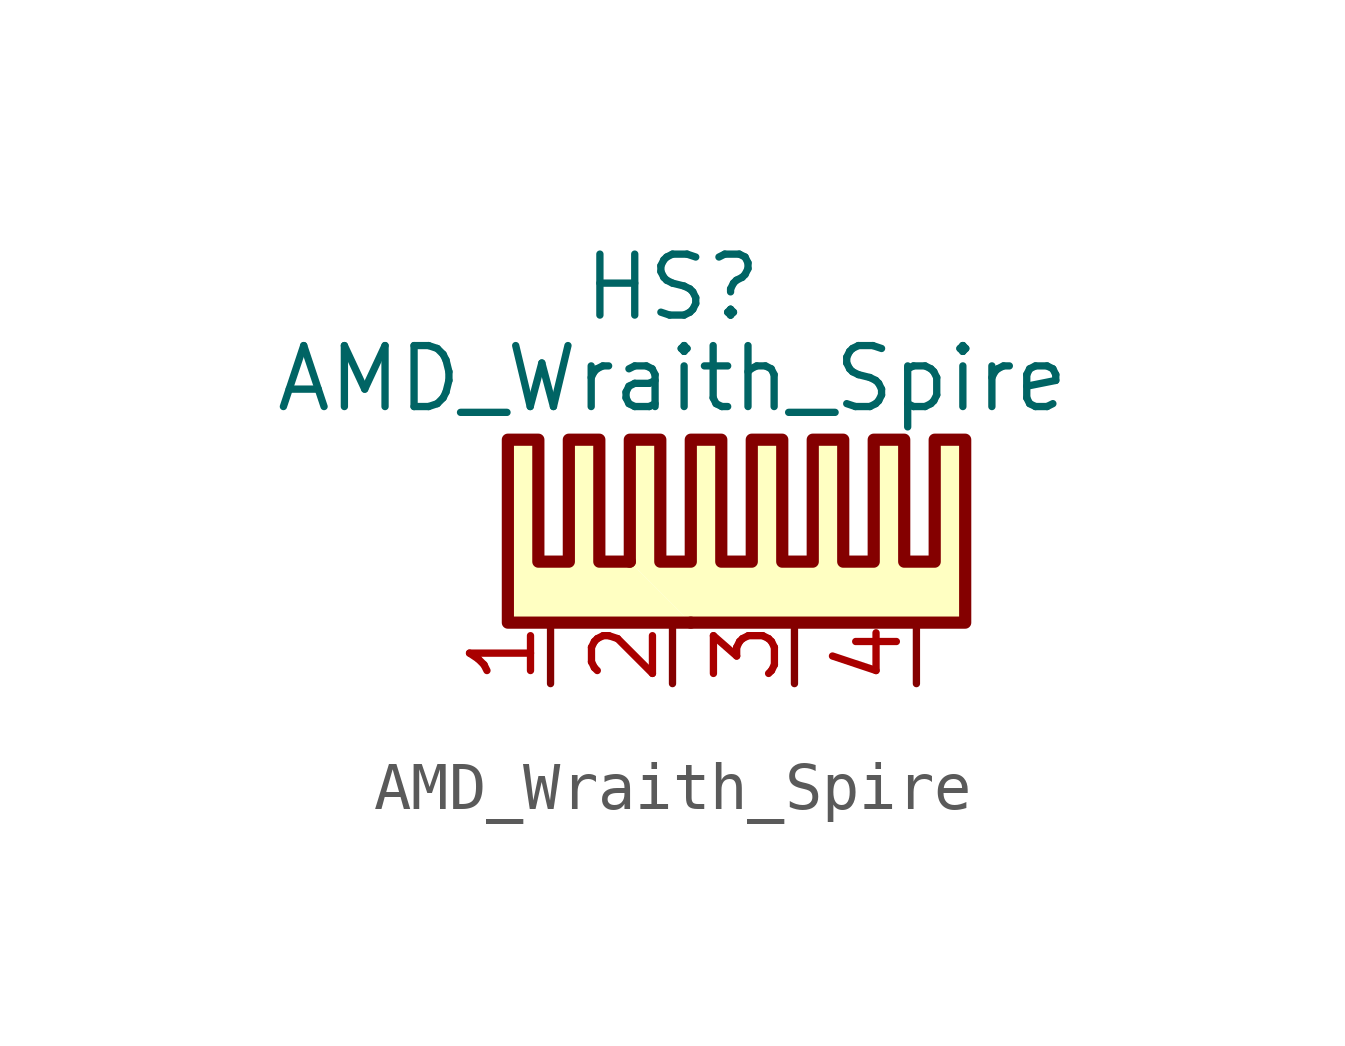
<source format=kicad_sym>
(kicad_symbol_lib
  (version 20211014)
  (generator kicad_symbol_editor)
  (symbol "AMD_Wraith_Spire"
    (pin_names
      (offset 0))
    (property "Reference" "HS"
      (at 0 5.715 0)
      (effects (font (size 1.27 1.27))))
    (property "Value" "AMD_Wraith_Spire"
      (at 0 3.81 0)
      (effects (font (size 1.27 1.27))))
    (symbol "AMD_Wraith_Spire_0_1"
      (polyline (pts (xy -0.889 0) (xy -1.524 0) (xy -1.524 2.54) (xy -2.159 2.54) (xy -2.159 0) (xy -2.794 0) (xy -2.794 2.54) (xy -3.429 2.54) (xy -3.429 -1.27) (xy 0.381 -1.27)) (stroke (width 0.254) (type default) (color 0 0 0 0)) (fill (type background)))
      (polyline (pts (xy -0.889 0) (xy -0.889 2.54) (xy -0.254 2.54) (xy -0.254 0) (xy 0.381 0) (xy 0.381 2.54) (xy 1.016 2.54) (xy 1.016 0) (xy 1.651 0) (xy 1.651 2.54) (xy 2.286 2.54) (xy 2.286 0) (xy 2.921 0) (xy 2.921 2.54) (xy 3.556 2.54) (xy 3.556 0) (xy 4.191 0) (xy 4.191 2.54) (xy 4.826 2.54) (xy 4.826 0) (xy 5.461 0) (xy 5.461 2.54) (xy 6.096 2.54) (xy 6.096 -1.27) (xy 0.381 -1.27)) (stroke (width 0.254) (type default) (color 0 0 0 0)) (fill (type background))))
    (symbol "AMD_Wraith_Spire_1_1"
      (pin passive line (at -2.54 -2.54 90) (length 1.27) (name "~" (effects (font (size 1.27 1.27)))) (number "1" (effects (font (size 1.27 1.27)))))
      (pin passive line (at 0 -2.54 90) (length 1.27) (name "~" (effects (font (size 1.27 1.27)))) (number "2" (effects (font (size 1.27 1.27)))))
      (pin passive line (at 2.54 -2.54 90) (length 1.27) (name "~" (effects (font (size 1.27 1.27)))) (number "3" (effects (font (size 1.27 1.27)))))
      (pin passive line (at 5.08 -2.54 90) (length 1.27) (name "~" (effects (font (size 1.27 1.27)))) (number "4" (effects (font (size 1.27 1.27))))))))
</source>
